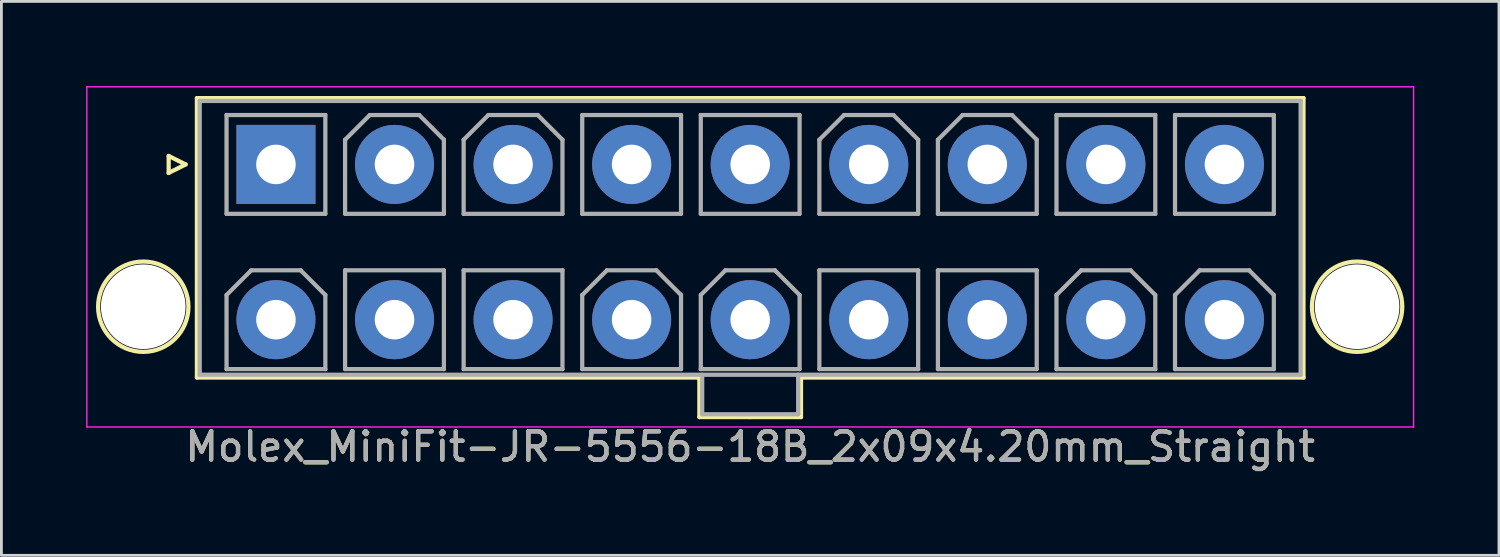
<source format=kicad_pcb>
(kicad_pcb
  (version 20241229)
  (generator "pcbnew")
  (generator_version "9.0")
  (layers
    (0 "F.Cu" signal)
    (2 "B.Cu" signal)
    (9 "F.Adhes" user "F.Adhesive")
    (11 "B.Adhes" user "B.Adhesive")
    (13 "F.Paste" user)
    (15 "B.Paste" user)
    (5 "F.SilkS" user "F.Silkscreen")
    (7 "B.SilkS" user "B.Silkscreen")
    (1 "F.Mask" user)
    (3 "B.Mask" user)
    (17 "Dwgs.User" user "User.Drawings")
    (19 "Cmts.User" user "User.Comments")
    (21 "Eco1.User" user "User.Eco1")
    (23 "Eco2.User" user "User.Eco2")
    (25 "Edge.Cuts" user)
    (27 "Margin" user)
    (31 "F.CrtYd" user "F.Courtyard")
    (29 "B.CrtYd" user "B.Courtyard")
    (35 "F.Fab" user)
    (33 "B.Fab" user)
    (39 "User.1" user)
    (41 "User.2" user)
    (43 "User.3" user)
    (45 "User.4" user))
  (footprint "Molex_MiniFit-JR-5556-18B_2x09x4.20mm_Straight"
    (layer "F.Cu")
    (at 6.725 2.775)
    (property "Reference" "Molex_MiniFit-JR-5556-18B_2x09x4.20mm_Straight" (at 16.8 10 0) (layer "F.SilkS") (effects (font (size 1 1) (thickness 0.15))))
    (attr through_hole)
    (fp_line (start -3.8 -0.3) (end -3.2 0) (stroke (width 0.15) (type solid)) (layer "F.SilkS"))
    (fp_line (start -3.8 0.3) (end -3.8 -0.3) (stroke (width 0.15) (type solid)) (layer "F.SilkS"))
    (fp_line (start -3.2 0) (end -3.8 0.3) (stroke (width 0.15) (type solid)) (layer "F.SilkS"))
    (fp_line (start -2.8 -2.35) (end -2.8 7.55) (stroke (width 0.15) (type solid)) (layer "F.SilkS"))
    (fp_line (start -2.8 7.55) (end 15 7.55) (stroke (width 0.15) (type solid)) (layer "F.SilkS"))
    (fp_line (start 15 7.55) (end 15 8.95) (stroke (width 0.15) (type solid)) (layer "F.SilkS"))
    (fp_line (start 15 8.95) (end 16.8 8.95) (stroke (width 0.15) (type solid)) (layer "F.SilkS"))
    (fp_line (start 16.8 -2.35) (end -2.8 -2.35) (stroke (width 0.15) (type solid)) (layer "F.SilkS"))
    (fp_line (start 16.8 -2.35) (end 36.4 -2.35) (stroke (width 0.15) (type solid)) (layer "F.SilkS"))
    (fp_line (start 18.6 7.55) (end 18.6 8.95) (stroke (width 0.15) (type solid)) (layer "F.SilkS"))
    (fp_line (start 18.6 8.95) (end 16.8 8.95) (stroke (width 0.15) (type solid)) (layer "F.SilkS"))
    (fp_line (start 36.4 -2.35) (end 36.4 7.55) (stroke (width 0.15) (type solid)) (layer "F.SilkS"))
    (fp_line (start 36.4 7.55) (end 18.6 7.55) (stroke (width 0.15) (type solid)) (layer "F.SilkS"))
    (fp_circle (center -4.7 5.04) (end -3.1 5.04) (stroke (width 0.15) (type solid)) (fill no) (layer "F.SilkS"))
    (fp_circle (center 38.3 5.04) (end 39.9 5.04) (stroke (width 0.15) (type solid)) (fill no) (layer "F.SilkS"))
    (fp_line (start -6.7 -2.75) (end -6.7 9.3) (stroke (width 0.05) (type solid)) (layer "F.CrtYd"))
    (fp_line (start -6.7 9.3) (end 40.3 9.3) (stroke (width 0.05) (type solid)) (layer "F.CrtYd"))
    (fp_line (start 40.3 -2.75) (end -6.7 -2.75) (stroke (width 0.05) (type solid)) (layer "F.CrtYd"))
    (fp_line (start 40.3 9.3) (end 40.3 -2.75) (stroke (width 0.05) (type solid)) (layer "F.CrtYd"))
    (fp_line (start -2.7 -2.25) (end -2.7 7.45) (stroke (width 0.15) (type solid)) (layer "F.Fab"))
    (fp_line (start -2.7 7.45) (end 36.3 7.45) (stroke (width 0.15) (type solid)) (layer "F.Fab"))
    (fp_line (start -1.75 -1.75) (end -1.75 1.75) (stroke (width 0.15) (type solid)) (layer "F.Fab"))
    (fp_line (start -1.75 1.75) (end 1.75 1.75) (stroke (width 0.15) (type solid)) (layer "F.Fab"))
    (fp_line (start -1.75 4.625) (end -0.875 3.75) (stroke (width 0.15) (type solid)) (layer "F.Fab"))
    (fp_line (start -1.75 7.25) (end -1.75 4.625) (stroke (width 0.15) (type solid)) (layer "F.Fab"))
    (fp_line (start -0.875 3.75) (end 0.875 3.75) (stroke (width 0.15) (type solid)) (layer "F.Fab"))
    (fp_line (start 0.875 3.75) (end 1.75 4.625) (stroke (width 0.15) (type solid)) (layer "F.Fab"))
    (fp_line (start 1.75 -1.75) (end -1.75 -1.75) (stroke (width 0.15) (type solid)) (layer "F.Fab"))
    (fp_line (start 1.75 1.75) (end 1.75 -1.75) (stroke (width 0.15) (type solid)) (layer "F.Fab"))
    (fp_line (start 1.75 4.625) (end 1.75 7.25) (stroke (width 0.15) (type solid)) (layer "F.Fab"))
    (fp_line (start 1.75 7.25) (end -1.75 7.25) (stroke (width 0.15) (type solid)) (layer "F.Fab"))
    (fp_line (start 2.45 -0.875) (end 3.325 -1.75) (stroke (width 0.15) (type solid)) (layer "F.Fab"))
    (fp_line (start 2.45 1.75) (end 2.45 -0.875) (stroke (width 0.15) (type solid)) (layer "F.Fab"))
    (fp_line (start 2.45 3.75) (end 2.45 7.25) (stroke (width 0.15) (type solid)) (layer "F.Fab"))
    (fp_line (start 2.45 7.25) (end 5.95 7.25) (stroke (width 0.15) (type solid)) (layer "F.Fab"))
    (fp_line (start 3.325 -1.75) (end 5.075 -1.75) (stroke (width 0.15) (type solid)) (layer "F.Fab"))
    (fp_line (start 5.075 -1.75) (end 5.95 -0.875) (stroke (width 0.15) (type solid)) (layer "F.Fab"))
    (fp_line (start 5.95 -0.875) (end 5.95 1.75) (stroke (width 0.15) (type solid)) (layer "F.Fab"))
    (fp_line (start 5.95 1.75) (end 2.45 1.75) (stroke (width 0.15) (type solid)) (layer "F.Fab"))
    (fp_line (start 5.95 3.75) (end 2.45 3.75) (stroke (width 0.15) (type solid)) (layer "F.Fab"))
    (fp_line (start 5.95 7.25) (end 5.95 3.75) (stroke (width 0.15) (type solid)) (layer "F.Fab"))
    (fp_line (start 6.65 -0.875) (end 7.525 -1.75) (stroke (width 0.15) (type solid)) (layer "F.Fab"))
    (fp_line (start 6.65 1.75) (end 6.65 -0.875) (stroke (width 0.15) (type solid)) (layer "F.Fab"))
    (fp_line (start 6.65 3.75) (end 6.65 7.25) (stroke (width 0.15) (type solid)) (layer "F.Fab"))
    (fp_line (start 6.65 7.25) (end 10.15 7.25) (stroke (width 0.15) (type solid)) (layer "F.Fab"))
    (fp_line (start 7.525 -1.75) (end 9.275 -1.75) (stroke (width 0.15) (type solid)) (layer "F.Fab"))
    (fp_line (start 9.275 -1.75) (end 10.15 -0.875) (stroke (width 0.15) (type solid)) (layer "F.Fab"))
    (fp_line (start 10.15 -0.875) (end 10.15 1.75) (stroke (width 0.15) (type solid)) (layer "F.Fab"))
    (fp_line (start 10.15 1.75) (end 6.65 1.75) (stroke (width 0.15) (type solid)) (layer "F.Fab"))
    (fp_line (start 10.15 3.75) (end 6.65 3.75) (stroke (width 0.15) (type solid)) (layer "F.Fab"))
    (fp_line (start 10.15 7.25) (end 10.15 3.75) (stroke (width 0.15) (type solid)) (layer "F.Fab"))
    (fp_line (start 10.85 -1.75) (end 10.85 1.75) (stroke (width 0.15) (type solid)) (layer "F.Fab"))
    (fp_line (start 10.85 1.75) (end 14.35 1.75) (stroke (width 0.15) (type solid)) (layer "F.Fab"))
    (fp_line (start 10.85 4.625) (end 11.725 3.75) (stroke (width 0.15) (type solid)) (layer "F.Fab"))
    (fp_line (start 10.85 7.25) (end 10.85 4.625) (stroke (width 0.15) (type solid)) (layer "F.Fab"))
    (fp_line (start 11.725 3.75) (end 13.475 3.75) (stroke (width 0.15) (type solid)) (layer "F.Fab"))
    (fp_line (start 13.475 3.75) (end 14.35 4.625) (stroke (width 0.15) (type solid)) (layer "F.Fab"))
    (fp_line (start 14.35 -1.75) (end 10.85 -1.75) (stroke (width 0.15) (type solid)) (layer "F.Fab"))
    (fp_line (start 14.35 1.75) (end 14.35 -1.75) (stroke (width 0.15) (type solid)) (layer "F.Fab"))
    (fp_line (start 14.35 4.625) (end 14.35 7.25) (stroke (width 0.15) (type solid)) (layer "F.Fab"))
    (fp_line (start 14.35 7.25) (end 10.85 7.25) (stroke (width 0.15) (type solid)) (layer "F.Fab"))
    (fp_line (start 15.05 -1.75) (end 15.05 1.75) (stroke (width 0.15) (type solid)) (layer "F.Fab"))
    (fp_line (start 15.05 1.75) (end 18.55 1.75) (stroke (width 0.15) (type solid)) (layer "F.Fab"))
    (fp_line (start 15.05 4.625) (end 15.925 3.75) (stroke (width 0.15) (type solid)) (layer "F.Fab"))
    (fp_line (start 15.05 7.25) (end 15.05 4.625) (stroke (width 0.15) (type solid)) (layer "F.Fab"))
    (fp_line (start 15.1 7.45) (end 15.1 8.85) (stroke (width 0.15) (type solid)) (layer "F.Fab"))
    (fp_line (start 15.1 8.85) (end 18.5 8.85) (stroke (width 0.15) (type solid)) (layer "F.Fab"))
    (fp_line (start 15.925 3.75) (end 17.675 3.75) (stroke (width 0.15) (type solid)) (layer "F.Fab"))
    (fp_line (start 17.675 3.75) (end 18.55 4.625) (stroke (width 0.15) (type solid)) (layer "F.Fab"))
    (fp_line (start 18.5 8.85) (end 18.5 7.45) (stroke (width 0.15) (type solid)) (layer "F.Fab"))
    (fp_line (start 18.55 -1.75) (end 15.05 -1.75) (stroke (width 0.15) (type solid)) (layer "F.Fab"))
    (fp_line (start 18.55 1.75) (end 18.55 -1.75) (stroke (width 0.15) (type solid)) (layer "F.Fab"))
    (fp_line (start 18.55 4.625) (end 18.55 7.25) (stroke (width 0.15) (type solid)) (layer "F.Fab"))
    (fp_line (start 18.55 7.25) (end 15.05 7.25) (stroke (width 0.15) (type solid)) (layer "F.Fab"))
    (fp_line (start 19.25 -0.875) (end 20.125 -1.75) (stroke (width 0.15) (type solid)) (layer "F.Fab"))
    (fp_line (start 19.25 1.75) (end 19.25 -0.875) (stroke (width 0.15) (type solid)) (layer "F.Fab"))
    (fp_line (start 19.25 3.75) (end 19.25 7.25) (stroke (width 0.15) (type solid)) (layer "F.Fab"))
    (fp_line (start 19.25 7.25) (end 22.75 7.25) (stroke (width 0.15) (type solid)) (layer "F.Fab"))
    (fp_line (start 20.125 -1.75) (end 21.875 -1.75) (stroke (width 0.15) (type solid)) (layer "F.Fab"))
    (fp_line (start 21.875 -1.75) (end 22.75 -0.875) (stroke (width 0.15) (type solid)) (layer "F.Fab"))
    (fp_line (start 22.75 -0.875) (end 22.75 1.75) (stroke (width 0.15) (type solid)) (layer "F.Fab"))
    (fp_line (start 22.75 1.75) (end 19.25 1.75) (stroke (width 0.15) (type solid)) (layer "F.Fab"))
    (fp_line (start 22.75 3.75) (end 19.25 3.75) (stroke (width 0.15) (type solid)) (layer "F.Fab"))
    (fp_line (start 22.75 7.25) (end 22.75 3.75) (stroke (width 0.15) (type solid)) (layer "F.Fab"))
    (fp_line (start 23.45 -0.875) (end 24.325 -1.75) (stroke (width 0.15) (type solid)) (layer "F.Fab"))
    (fp_line (start 23.45 1.75) (end 23.45 -0.875) (stroke (width 0.15) (type solid)) (layer "F.Fab"))
    (fp_line (start 23.45 3.75) (end 23.45 7.25) (stroke (width 0.15) (type solid)) (layer "F.Fab"))
    (fp_line (start 23.45 7.25) (end 26.95 7.25) (stroke (width 0.15) (type solid)) (layer "F.Fab"))
    (fp_line (start 24.325 -1.75) (end 26.075 -1.75) (stroke (width 0.15) (type solid)) (layer "F.Fab"))
    (fp_line (start 26.075 -1.75) (end 26.95 -0.875) (stroke (width 0.15) (type solid)) (layer "F.Fab"))
    (fp_line (start 26.95 -0.875) (end 26.95 1.75) (stroke (width 0.15) (type solid)) (layer "F.Fab"))
    (fp_line (start 26.95 1.75) (end 23.45 1.75) (stroke (width 0.15) (type solid)) (layer "F.Fab"))
    (fp_line (start 26.95 3.75) (end 23.45 3.75) (stroke (width 0.15) (type solid)) (layer "F.Fab"))
    (fp_line (start 26.95 7.25) (end 26.95 3.75) (stroke (width 0.15) (type solid)) (layer "F.Fab"))
    (fp_line (start 27.65 -1.75) (end 27.65 1.75) (stroke (width 0.15) (type solid)) (layer "F.Fab"))
    (fp_line (start 27.65 1.75) (end 31.15 1.75) (stroke (width 0.15) (type solid)) (layer "F.Fab"))
    (fp_line (start 27.65 4.625) (end 28.525 3.75) (stroke (width 0.15) (type solid)) (layer "F.Fab"))
    (fp_line (start 27.65 7.25) (end 27.65 4.625) (stroke (width 0.15) (type solid)) (layer "F.Fab"))
    (fp_line (start 28.525 3.75) (end 30.275 3.75) (stroke (width 0.15) (type solid)) (layer "F.Fab"))
    (fp_line (start 30.275 3.75) (end 31.15 4.625) (stroke (width 0.15) (type solid)) (layer "F.Fab"))
    (fp_line (start 31.15 -1.75) (end 27.65 -1.75) (stroke (width 0.15) (type solid)) (layer "F.Fab"))
    (fp_line (start 31.15 1.75) (end 31.15 -1.75) (stroke (width 0.15) (type solid)) (layer "F.Fab"))
    (fp_line (start 31.15 4.625) (end 31.15 7.25) (stroke (width 0.15) (type solid)) (layer "F.Fab"))
    (fp_line (start 31.15 7.25) (end 27.65 7.25) (stroke (width 0.15) (type solid)) (layer "F.Fab"))
    (fp_line (start 31.85 -1.75) (end 31.85 1.75) (stroke (width 0.15) (type solid)) (layer "F.Fab"))
    (fp_line (start 31.85 1.75) (end 35.35 1.75) (stroke (width 0.15) (type solid)) (layer "F.Fab"))
    (fp_line (start 31.85 4.625) (end 32.725 3.75) (stroke (width 0.15) (type solid)) (layer "F.Fab"))
    (fp_line (start 31.85 7.25) (end 31.85 4.625) (stroke (width 0.15) (type solid)) (layer "F.Fab"))
    (fp_line (start 32.725 3.75) (end 34.475 3.75) (stroke (width 0.15) (type solid)) (layer "F.Fab"))
    (fp_line (start 34.475 3.75) (end 35.35 4.625) (stroke (width 0.15) (type solid)) (layer "F.Fab"))
    (fp_line (start 35.35 -1.75) (end 31.85 -1.75) (stroke (width 0.15) (type solid)) (layer "F.Fab"))
    (fp_line (start 35.35 1.75) (end 35.35 -1.75) (stroke (width 0.15) (type solid)) (layer "F.Fab"))
    (fp_line (start 35.35 4.625) (end 35.35 7.25) (stroke (width 0.15) (type solid)) (layer "F.Fab"))
    (fp_line (start 35.35 7.25) (end 31.85 7.25) (stroke (width 0.15) (type solid)) (layer "F.Fab"))
    (fp_line (start 36.3 -2.25) (end -2.7 -2.25) (stroke (width 0.15) (type solid)) (layer "F.Fab"))
    (fp_line (start 36.3 7.45) (end 36.3 -2.25) (stroke (width 0.15) (type solid)) (layer "F.Fab"))
    (fp_text user "${REFERENCE}" (at 16.8 10 0) (layer "F.Fab") (effects (font (size 1 1) (thickness 0.15))))
    (pad "" np_thru_hole circle (at -4.7 5.04) (size 3 3) (drill 3) (layers "*.Cu"))
    (pad "" np_thru_hole circle (at 38.3 5.04) (size 3 3) (drill 3) (layers "*.Cu"))
    (pad "1" thru_hole rect (at 0 0) (size 2.8 2.8) (drill 1.4) (layers "*.Cu" "*.Mask"))
    (pad "2" thru_hole circle (at 4.2 0) (size 2.8 2.8) (drill 1.4) (layers "*.Cu" "*.Mask"))
    (pad "3" thru_hole circle (at 8.4 0) (size 2.8 2.8) (drill 1.4) (layers "*.Cu" "*.Mask"))
    (pad "4" thru_hole circle (at 12.6 0) (size 2.8 2.8) (drill 1.4) (layers "*.Cu" "*.Mask"))
    (pad "5" thru_hole circle (at 16.8 0) (size 2.8 2.8) (drill 1.4) (layers "*.Cu" "*.Mask"))
    (pad "6" thru_hole circle (at 21 0) (size 2.8 2.8) (drill 1.4) (layers "*.Cu" "*.Mask"))
    (pad "7" thru_hole circle (at 25.2 0) (size 2.8 2.8) (drill 1.4) (layers "*.Cu" "*.Mask"))
    (pad "8" thru_hole circle (at 29.4 0) (size 2.8 2.8) (drill 1.4) (layers "*.Cu" "*.Mask"))
    (pad "9" thru_hole circle (at 33.6 0) (size 2.8 2.8) (drill 1.4) (layers "*.Cu" "*.Mask"))
    (pad "10" thru_hole circle (at 0 5.5) (size 2.8 2.8) (drill 1.4) (layers "*.Cu" "*.Mask"))
    (pad "11" thru_hole circle (at 4.2 5.5) (size 2.8 2.8) (drill 1.4) (layers "*.Cu" "*.Mask"))
    (pad "12" thru_hole circle (at 8.4 5.5) (size 2.8 2.8) (drill 1.4) (layers "*.Cu" "*.Mask"))
    (pad "13" thru_hole circle (at 12.6 5.5) (size 2.8 2.8) (drill 1.4) (layers "*.Cu" "*.Mask"))
    (pad "14" thru_hole circle (at 16.8 5.5) (size 2.8 2.8) (drill 1.4) (layers "*.Cu" "*.Mask"))
    (pad "15" thru_hole circle (at 21 5.5) (size 2.8 2.8) (drill 1.4) (layers "*.Cu" "*.Mask"))
    (pad "16" thru_hole circle (at 25.2 5.5) (size 2.8 2.8) (drill 1.4) (layers "*.Cu" "*.Mask"))
    (pad "17" thru_hole circle (at 29.4 5.5) (size 2.8 2.8) (drill 1.4) (layers "*.Cu" "*.Mask"))
    (pad "18" thru_hole circle (at 33.6 5.5) (size 2.8 2.8) (drill 1.4) (layers "*.Cu" "*.Mask")))
  (gr_rect
    (start -3 -3)
    (end 50.05 16.623)
    (stroke (width 0.1) (type default))
    (fill no)
    (layer "Edge.Cuts")))
</source>
